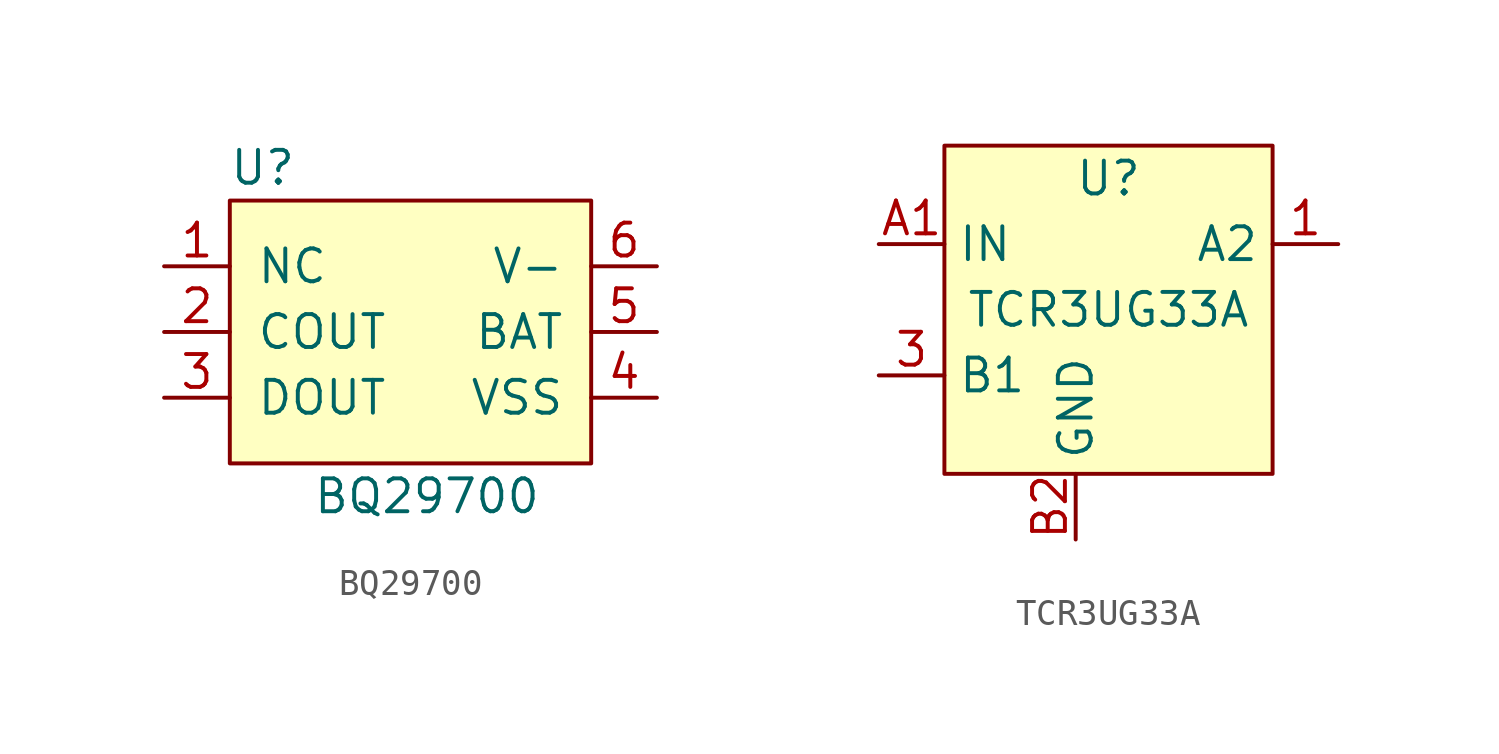
<source format=kicad_sym>
(kicad_symbol_lib
  (version 20211014)
  (generator kicad_symbol_editor)
  (symbol "BQ29700"
    (pin_names
      (offset 1.016))
    (property "Reference" "U"
      (at -6.35 6.35 0)
      (effects (font (size 1.27 1.27))))
    (property "Value" "BQ29700"
      (at 0 -6.35 0)
      (effects (font (size 1.27 1.27))))
    (symbol "BQ29700_0_1"
      (rectangle (start -7.62 5.08) (end 6.35 -5.08) (stroke (width 0) (type default) (color 0 0 0 0)) (fill (type background))))
    (symbol "BQ29700_1_1"
      (pin input line (at -10.16 2.54 0) (length 2.54) (name "NC" (effects (font (size 1.27 1.27)))) (number "1" (effects (font (size 1.27 1.27)))))
      (pin input line (at -10.16 0 0) (length 2.54) (name "COUT" (effects (font (size 1.27 1.27)))) (number "2" (effects (font (size 1.27 1.27)))))
      (pin input line (at -10.16 -2.54 0) (length 2.54) (name "DOUT" (effects (font (size 1.27 1.27)))) (number "3" (effects (font (size 1.27 1.27)))))
      (pin input line (at 8.89 -2.54 180) (length 2.54) (name "VSS" (effects (font (size 1.27 1.27)))) (number "4" (effects (font (size 1.27 1.27)))))
      (pin input line (at 8.89 0 180) (length 2.54) (name "BAT" (effects (font (size 1.27 1.27)))) (number "5" (effects (font (size 1.27 1.27)))))
      (pin input line (at 8.89 2.54 180) (length 2.54) (name "V-" (effects (font (size 1.27 1.27)))) (number "6" (effects (font (size 1.27 1.27)))))))
  (symbol "TCR3UG33A"
    (property "Reference" "U"
      (at 0 5.08 0)
      (effects (font (size 1.27 1.27))))
    (property "Value" "TCR3UG33A"
      (at 0 0 0)
      (effects (font (size 1.27 1.27))))
    (symbol "TCR3UG33A_0_1"
      (rectangle (start -6.35 6.35) (end 6.35 -6.35) (stroke (width 0.152) (type default) (color 0 0 0 0)) (fill (type background))))
    (symbol "TCR3UG33A_1_1"
      (pin power_out line (at 8.89 2.54 180) (length 2.54) (name "A2" (effects (font (size 1.27 1.27)))) (number "1" (effects (font (size 1.27 1.27)))))
      (pin passive line (at -8.89 -2.54 0) (length 2.54) (name "B1" (effects (font (size 1.27 1.27)))) (number "3" (effects (font (size 1.27 1.27)))))
      (pin power_in line (at -8.89 2.54 0) (length 2.54) (name "IN" (effects (font (size 1.27 1.27)))) (number "A1" (effects (font (size 1.27 1.27)))))
      (pin power_in line (at -1.27 -8.89 90) (length 2.54) (name "GND" (effects (font (size 1.27 1.27)))) (number "B2" (effects (font (size 1.27 1.27))))))))
</source>
